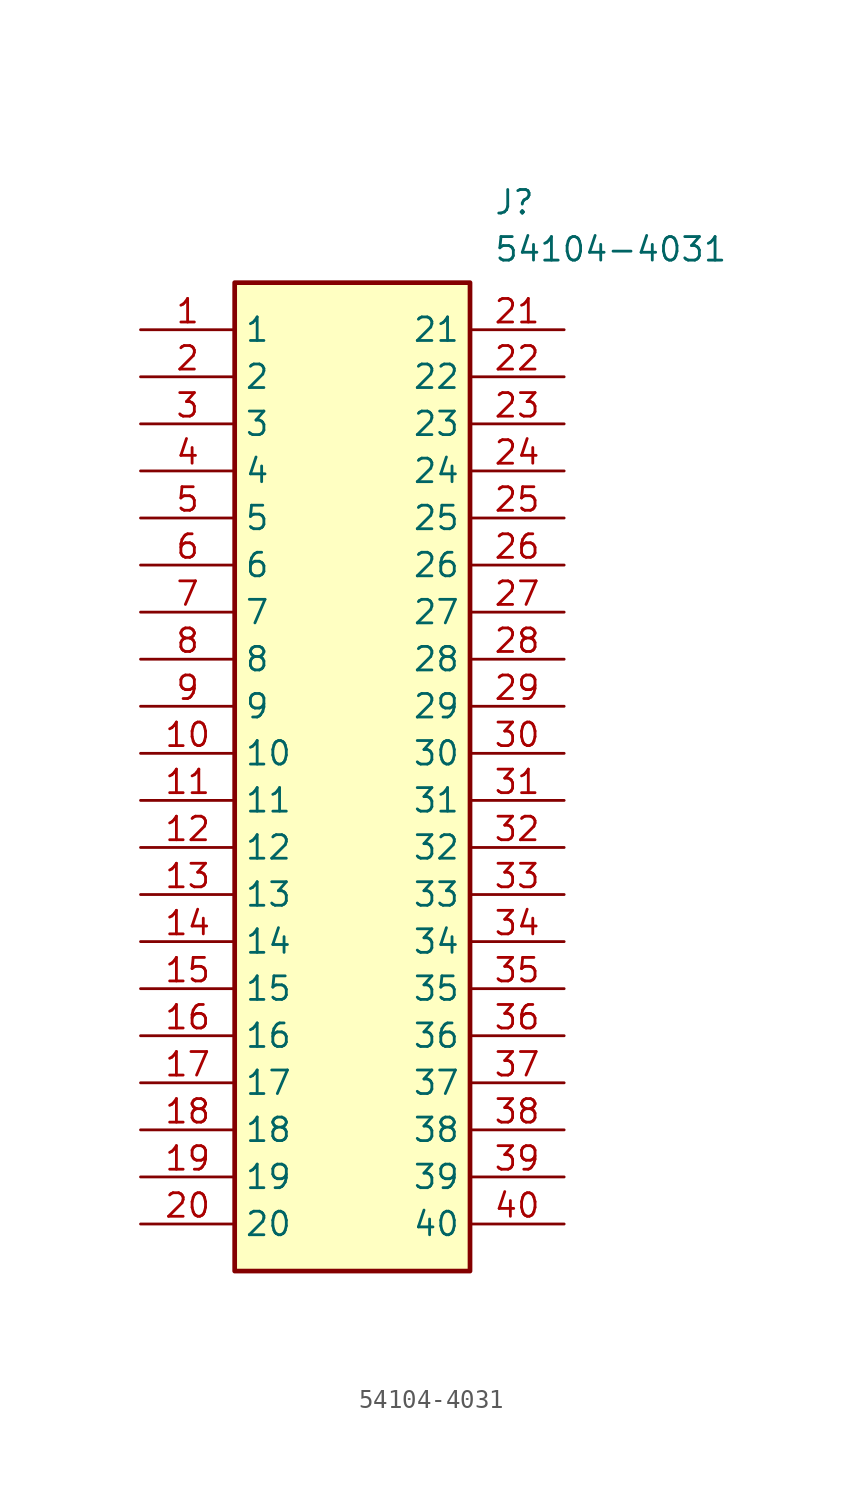
<source format=kicad_sym>
(kicad_symbol_lib
  (version 20211014)
  (generator SamacSys_ECAD_Model)
  (symbol "54104-4031"
    (property "Reference" "J"
      (at 19.05 7.62 0)
      (effects (font (size 1.27 1.27)) (justify left top)))
    (property "Value" "54104-4031"
      (at 19.05 5.08 0)
      (effects (font (size 1.27 1.27)) (justify left top)))
    (rectangle
      (start 5.08 2.54)
      (end 17.78 -50.8)
      (stroke (width 0.254) (type default))
      (fill (type background)))
    (pin passive line
      (at 0 0 0)
      (length 5.08)
      (name "1" (effects (font (size 1.27 1.27))))
      (number "1" (effects (font (size 1.27 1.27)))))
    (pin passive line
      (at 0 -2.54 0)
      (length 5.08)
      (name "2" (effects (font (size 1.27 1.27))))
      (number "2" (effects (font (size 1.27 1.27)))))
    (pin passive line
      (at 0 -5.08 0)
      (length 5.08)
      (name "3" (effects (font (size 1.27 1.27))))
      (number "3" (effects (font (size 1.27 1.27)))))
    (pin passive line
      (at 0 -7.62 0)
      (length 5.08)
      (name "4" (effects (font (size 1.27 1.27))))
      (number "4" (effects (font (size 1.27 1.27)))))
    (pin passive line
      (at 0 -10.16 0)
      (length 5.08)
      (name "5" (effects (font (size 1.27 1.27))))
      (number "5" (effects (font (size 1.27 1.27)))))
    (pin passive line
      (at 0 -12.7 0)
      (length 5.08)
      (name "6" (effects (font (size 1.27 1.27))))
      (number "6" (effects (font (size 1.27 1.27)))))
    (pin passive line
      (at 0 -15.24 0)
      (length 5.08)
      (name "7" (effects (font (size 1.27 1.27))))
      (number "7" (effects (font (size 1.27 1.27)))))
    (pin passive line
      (at 0 -17.78 0)
      (length 5.08)
      (name "8" (effects (font (size 1.27 1.27))))
      (number "8" (effects (font (size 1.27 1.27)))))
    (pin passive line
      (at 0 -20.32 0)
      (length 5.08)
      (name "9" (effects (font (size 1.27 1.27))))
      (number "9" (effects (font (size 1.27 1.27)))))
    (pin passive line
      (at 0 -22.86 0)
      (length 5.08)
      (name "10" (effects (font (size 1.27 1.27))))
      (number "10" (effects (font (size 1.27 1.27)))))
    (pin passive line
      (at 0 -25.4 0)
      (length 5.08)
      (name "11" (effects (font (size 1.27 1.27))))
      (number "11" (effects (font (size 1.27 1.27)))))
    (pin passive line
      (at 0 -27.94 0)
      (length 5.08)
      (name "12" (effects (font (size 1.27 1.27))))
      (number "12" (effects (font (size 1.27 1.27)))))
    (pin passive line
      (at 0 -30.48 0)
      (length 5.08)
      (name "13" (effects (font (size 1.27 1.27))))
      (number "13" (effects (font (size 1.27 1.27)))))
    (pin passive line
      (at 0 -33.02 0)
      (length 5.08)
      (name "14" (effects (font (size 1.27 1.27))))
      (number "14" (effects (font (size 1.27 1.27)))))
    (pin passive line
      (at 0 -35.56 0)
      (length 5.08)
      (name "15" (effects (font (size 1.27 1.27))))
      (number "15" (effects (font (size 1.27 1.27)))))
    (pin passive line
      (at 0 -38.1 0)
      (length 5.08)
      (name "16" (effects (font (size 1.27 1.27))))
      (number "16" (effects (font (size 1.27 1.27)))))
    (pin passive line
      (at 0 -40.64 0)
      (length 5.08)
      (name "17" (effects (font (size 1.27 1.27))))
      (number "17" (effects (font (size 1.27 1.27)))))
    (pin passive line
      (at 0 -43.18 0)
      (length 5.08)
      (name "18" (effects (font (size 1.27 1.27))))
      (number "18" (effects (font (size 1.27 1.27)))))
    (pin passive line
      (at 0 -45.72 0)
      (length 5.08)
      (name "19" (effects (font (size 1.27 1.27))))
      (number "19" (effects (font (size 1.27 1.27)))))
    (pin passive line
      (at 0 -48.26 0)
      (length 5.08)
      (name "20" (effects (font (size 1.27 1.27))))
      (number "20" (effects (font (size 1.27 1.27)))))
    (pin passive line
      (at 22.86 0 180)
      (length 5.08)
      (name "21" (effects (font (size 1.27 1.27))))
      (number "21" (effects (font (size 1.27 1.27)))))
    (pin passive line
      (at 22.86 -2.54 180)
      (length 5.08)
      (name "22" (effects (font (size 1.27 1.27))))
      (number "22" (effects (font (size 1.27 1.27)))))
    (pin passive line
      (at 22.86 -5.08 180)
      (length 5.08)
      (name "23" (effects (font (size 1.27 1.27))))
      (number "23" (effects (font (size 1.27 1.27)))))
    (pin passive line
      (at 22.86 -7.62 180)
      (length 5.08)
      (name "24" (effects (font (size 1.27 1.27))))
      (number "24" (effects (font (size 1.27 1.27)))))
    (pin passive line
      (at 22.86 -10.16 180)
      (length 5.08)
      (name "25" (effects (font (size 1.27 1.27))))
      (number "25" (effects (font (size 1.27 1.27)))))
    (pin passive line
      (at 22.86 -12.7 180)
      (length 5.08)
      (name "26" (effects (font (size 1.27 1.27))))
      (number "26" (effects (font (size 1.27 1.27)))))
    (pin passive line
      (at 22.86 -15.24 180)
      (length 5.08)
      (name "27" (effects (font (size 1.27 1.27))))
      (number "27" (effects (font (size 1.27 1.27)))))
    (pin passive line
      (at 22.86 -17.78 180)
      (length 5.08)
      (name "28" (effects (font (size 1.27 1.27))))
      (number "28" (effects (font (size 1.27 1.27)))))
    (pin passive line
      (at 22.86 -20.32 180)
      (length 5.08)
      (name "29" (effects (font (size 1.27 1.27))))
      (number "29" (effects (font (size 1.27 1.27)))))
    (pin passive line
      (at 22.86 -22.86 180)
      (length 5.08)
      (name "30" (effects (font (size 1.27 1.27))))
      (number "30" (effects (font (size 1.27 1.27)))))
    (pin passive line
      (at 22.86 -25.4 180)
      (length 5.08)
      (name "31" (effects (font (size 1.27 1.27))))
      (number "31" (effects (font (size 1.27 1.27)))))
    (pin passive line
      (at 22.86 -27.94 180)
      (length 5.08)
      (name "32" (effects (font (size 1.27 1.27))))
      (number "32" (effects (font (size 1.27 1.27)))))
    (pin passive line
      (at 22.86 -30.48 180)
      (length 5.08)
      (name "33" (effects (font (size 1.27 1.27))))
      (number "33" (effects (font (size 1.27 1.27)))))
    (pin passive line
      (at 22.86 -33.02 180)
      (length 5.08)
      (name "34" (effects (font (size 1.27 1.27))))
      (number "34" (effects (font (size 1.27 1.27)))))
    (pin passive line
      (at 22.86 -35.56 180)
      (length 5.08)
      (name "35" (effects (font (size 1.27 1.27))))
      (number "35" (effects (font (size 1.27 1.27)))))
    (pin passive line
      (at 22.86 -38.1 180)
      (length 5.08)
      (name "36" (effects (font (size 1.27 1.27))))
      (number "36" (effects (font (size 1.27 1.27)))))
    (pin passive line
      (at 22.86 -40.64 180)
      (length 5.08)
      (name "37" (effects (font (size 1.27 1.27))))
      (number "37" (effects (font (size 1.27 1.27)))))
    (pin passive line
      (at 22.86 -43.18 180)
      (length 5.08)
      (name "38" (effects (font (size 1.27 1.27))))
      (number "38" (effects (font (size 1.27 1.27)))))
    (pin passive line
      (at 22.86 -45.72 180)
      (length 5.08)
      (name "39" (effects (font (size 1.27 1.27))))
      (number "39" (effects (font (size 1.27 1.27)))))
    (pin passive line
      (at 22.86 -48.26 180)
      (length 5.08)
      (name "40" (effects (font (size 1.27 1.27))))
      (number "40" (effects (font (size 1.27 1.27)))))))
</source>
